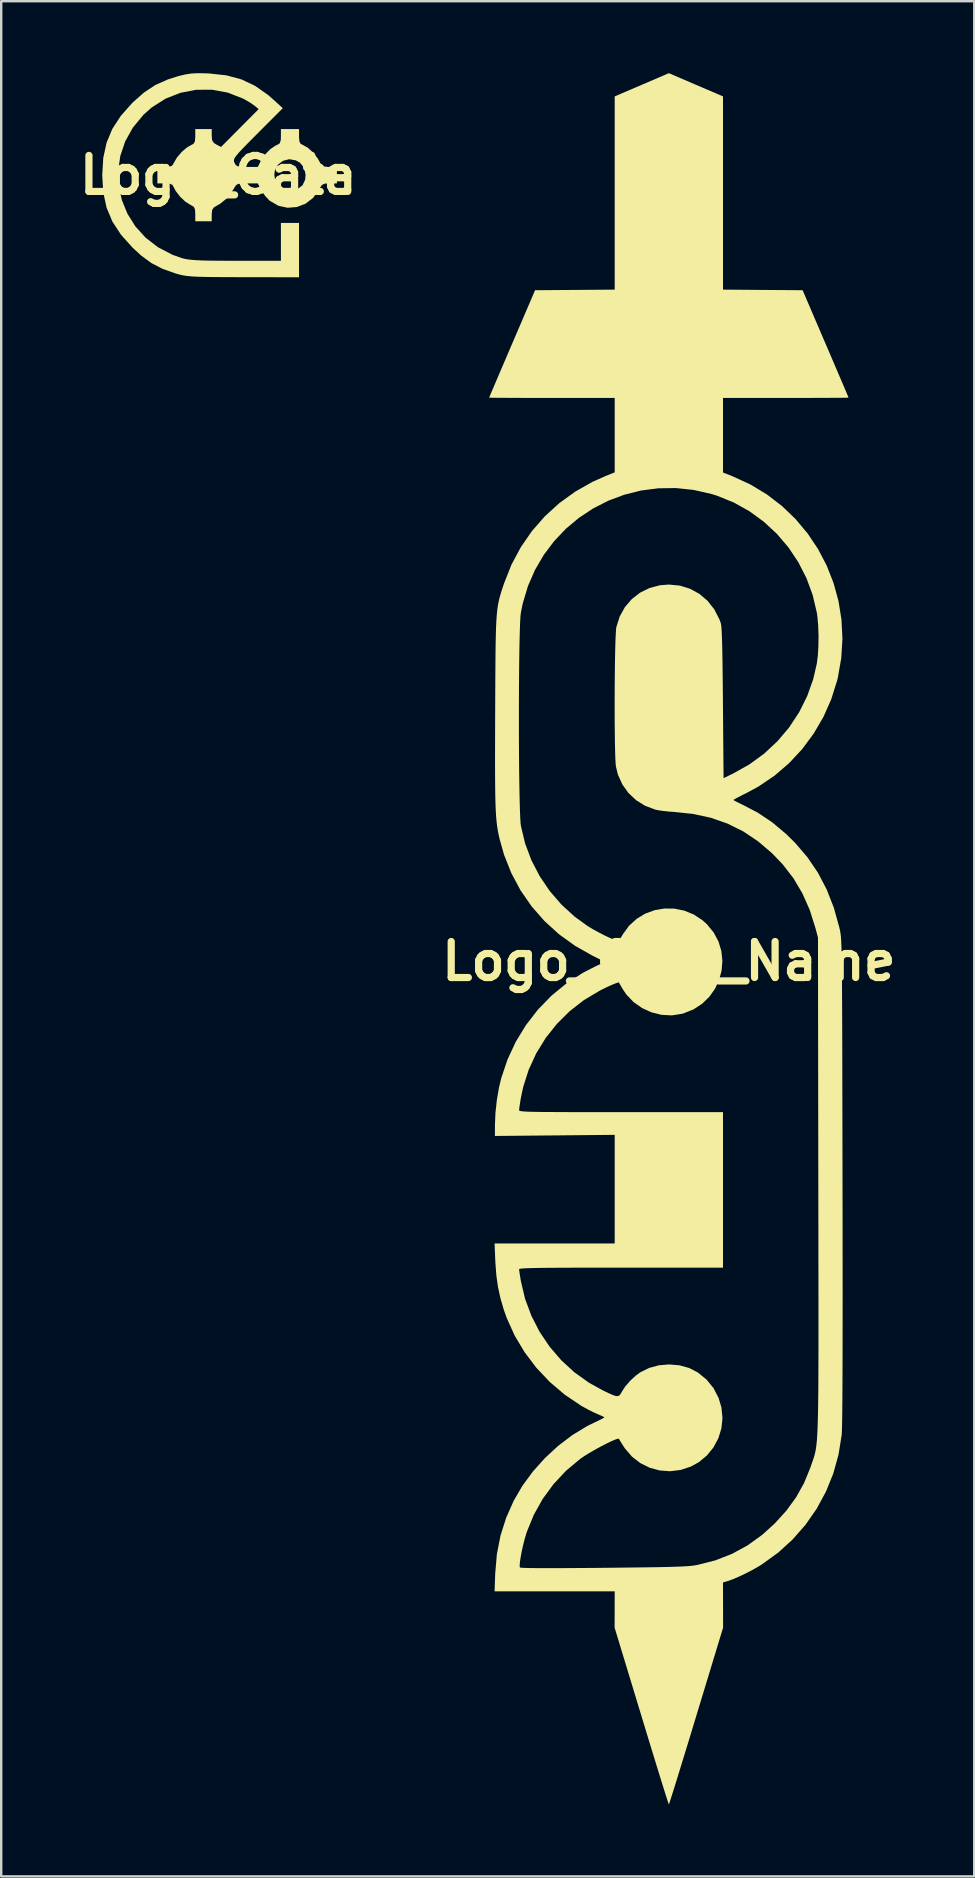
<source format=kicad_pcb>
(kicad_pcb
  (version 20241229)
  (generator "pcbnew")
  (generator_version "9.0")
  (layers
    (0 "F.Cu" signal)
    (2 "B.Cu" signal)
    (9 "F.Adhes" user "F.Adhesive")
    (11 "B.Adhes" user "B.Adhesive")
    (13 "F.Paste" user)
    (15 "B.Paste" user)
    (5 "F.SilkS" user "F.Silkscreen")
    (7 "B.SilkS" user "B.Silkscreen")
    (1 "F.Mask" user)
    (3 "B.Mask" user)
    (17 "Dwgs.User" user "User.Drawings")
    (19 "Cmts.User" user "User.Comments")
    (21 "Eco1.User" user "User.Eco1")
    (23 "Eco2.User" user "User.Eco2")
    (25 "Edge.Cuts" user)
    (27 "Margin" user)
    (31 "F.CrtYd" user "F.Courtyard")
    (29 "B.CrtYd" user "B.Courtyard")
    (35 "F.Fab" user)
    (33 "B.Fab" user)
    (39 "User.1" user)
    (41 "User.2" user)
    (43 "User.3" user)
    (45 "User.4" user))
  (footprint "Logo_Cata_Name"
    (layer "F.Cu")
    (at 24.829 37.016)
    (property "Reference" "Logo_Cata_Name" (at 0 0 0) (layer "F.SilkS") (effects (font (size 1.5 1.5) (thickness 0.3))))
    (attr board_only exclude_from_pos_files exclude_from_bom)
    (fp_poly (pts (xy 1.128 -36.532) (xy 2.257 -36.048) (xy 2.257 -32.021) (xy 2.257 -27.994) (xy 3.917 -27.981) (xy 5.576 -27.969) (xy 6.533 -25.737) (xy 6.72 -25.302) (xy 6.894 -24.894) (xy 7.053 -24.523) (xy 7.193 -24.195) (xy 7.31 -23.921) (xy 7.401 -23.707) (xy 7.462 -23.562) (xy 7.489 -23.496) (xy 7.49 -23.492) (xy 7.444 -23.49) (xy 7.31 -23.487) (xy 7.097 -23.485) (xy 6.815 -23.484) (xy 6.471 -23.482) (xy 6.075 -23.481) (xy 5.635 -23.48) (xy 5.16 -23.479) (xy 4.874 -23.479) (xy 2.257 -23.479) (xy 2.257 -21.925) (xy 2.257 -20.371) (xy 2.653 -20.215) (xy 3.398 -19.873) (xy 4.087 -19.457) (xy 4.717 -18.973) (xy 5.284 -18.428) (xy 5.786 -17.828) (xy 6.219 -17.18) (xy 6.58 -16.49) (xy 6.865 -15.764) (xy 7.072 -15.01) (xy 7.196 -14.232) (xy 7.236 -13.438) (xy 7.186 -12.634) (xy 7.045 -11.827) (xy 7.013 -11.696) (xy 6.769 -10.92) (xy 6.442 -10.181) (xy 6.035 -9.486) (xy 5.557 -8.841) (xy 5.011 -8.255) (xy 4.405 -7.734) (xy 3.743 -7.286) (xy 3.255 -7.022) (xy 3.046 -6.917) (xy 2.872 -6.827) (xy 2.749 -6.76) (xy 2.694 -6.725) (xy 2.692 -6.722) (xy 2.733 -6.693) (xy 2.841 -6.635) (xy 2.996 -6.56) (xy 3.061 -6.53) (xy 3.706 -6.193) (xy 4.311 -5.788) (xy 4.889 -5.303) (xy 5.264 -4.933) (xy 5.778 -4.332) (xy 6.217 -3.685) (xy 6.582 -2.986) (xy 6.878 -2.227) (xy 7.107 -1.403) (xy 7.12 -1.344) (xy 7.132 -1.291) (xy 7.142 -1.238) (xy 7.152 -1.181) (xy 7.161 -1.117) (xy 7.17 -1.04) (xy 7.177 -0.948) (xy 7.184 -0.836) (xy 7.19 -0.7) (xy 7.196 -0.536) (xy 7.201 -0.341) (xy 7.205 -0.109) (xy 7.209 0.162) (xy 7.213 0.478) (xy 7.216 0.841) (xy 7.219 1.256) (xy 7.221 1.726) (xy 7.224 2.257) (xy 7.226 2.852) (xy 7.228 3.514) (xy 7.23 4.249) (xy 7.231 5.059) (xy 7.233 5.949) (xy 7.235 6.924) (xy 7.237 7.986) (xy 7.239 9.14) (xy 7.239 9.171) (xy 7.241 10.481) (xy 7.242 11.697) (xy 7.243 12.82) (xy 7.244 13.852) (xy 7.243 14.795) (xy 7.242 15.651) (xy 7.241 16.421) (xy 7.239 17.107) (xy 7.236 17.71) (xy 7.233 18.233) (xy 7.229 18.677) (xy 7.225 19.043) (xy 7.219 19.334) (xy 7.214 19.552) (xy 7.207 19.697) (xy 7.203 19.748) (xy 7.073 20.564) (xy 6.854 21.353) (xy 6.548 22.108) (xy 6.162 22.821) (xy 5.698 23.487) (xy 5.161 24.1) (xy 4.555 24.652) (xy 3.884 25.137) (xy 3.769 25.209) (xy 3.512 25.357) (xy 3.224 25.507) (xy 2.933 25.646) (xy 2.667 25.76) (xy 2.458 25.835) (xy 2.257 25.895) (xy 2.259 26.836) (xy 2.261 27.777) (xy 1.142 31.461) (xy 0.968 32.034) (xy 0.802 32.58) (xy 0.645 33.092) (xy 0.5 33.562) (xy 0.37 33.985) (xy 0.256 34.353) (xy 0.16 34.659) (xy 0.084 34.896) (xy 0.032 35.059) (xy 0.004 35.139) (xy 0 35.146) (xy -0.017 35.101) (xy -0.06 34.971) (xy -0.127 34.763) (xy -0.215 34.484) (xy -0.322 34.14) (xy -0.446 33.739) (xy -0.585 33.287) (xy -0.737 32.791) (xy -0.9 32.258) (xy -1.071 31.695) (xy -1.142 31.461) (xy -2.261 27.777) (xy -2.259 27.021) (xy -2.257 26.264) (xy -4.76 26.264) (xy -7.264 26.264) (xy -7.238 25.532) (xy -7.169 24.718) (xy -7.018 23.944) (xy -6.781 23.198) (xy -6.468 22.491) (xy -6.108 21.87) (xy -5.669 21.272) (xy -5.166 20.71) (xy -4.611 20.198) (xy -4.019 19.748) (xy -3.403 19.375) (xy -3.105 19.228) (xy -2.926 19.144) (xy -2.786 19.073) (xy -2.703 19.026) (xy -2.689 19.013) (xy -2.73 18.984) (xy -2.837 18.933) (xy -2.977 18.874) (xy -3.154 18.795) (xy -3.373 18.684) (xy -3.595 18.562) (xy -3.661 18.524) (xy -4.341 18.066) (xy -4.964 17.536) (xy -5.524 16.943) (xy -6.014 16.295) (xy -6.429 15.599) (xy -6.76 14.864) (xy -6.882 14.52) (xy -7.022 14.038) (xy -7.123 13.572) (xy -7.191 13.088) (xy -7.231 12.552) (xy -7.236 12.448) (xy -7.264 11.764) (xy -4.761 11.764) (xy -2.257 11.764) (xy -2.257 9.5) (xy -2.257 7.237) (xy -4.753 7.26) (xy -7.25 7.283) (xy -7.249 6.823) (xy -7.228 6.324) (xy -7.17 5.791) (xy -7.081 5.27) (xy -6.989 4.883) (xy -6.726 4.099) (xy -6.38 3.357) (xy -5.957 2.663) (xy -5.463 2.024) (xy -4.901 1.444) (xy -4.278 0.931) (xy -3.598 0.491) (xy -3.104 0.236) (xy -2.66 0.028) (xy -3.166 -0.222) (xy -3.904 -0.639) (xy -4.578 -1.124) (xy -5.185 -1.676) (xy -5.721 -2.288) (xy -6.183 -2.956) (xy -6.568 -3.677) (xy -6.872 -4.445) (xy -7.055 -5.097) (xy -7.09 -5.252) (xy -7.121 -5.403) (xy -7.147 -5.558) (xy -7.17 -5.724) (xy -7.189 -5.907) (xy -7.205 -6.115) (xy -7.218 -6.355) (xy -7.228 -6.634) (xy -7.235 -6.958) (xy -7.24 -7.335) (xy -7.243 -7.772) (xy -7.245 -8.276) (xy -7.244 -8.854) (xy -7.242 -9.512) (xy -7.24 -10.258) (xy -7.239 -10.343) (xy -6.25 -10.343) (xy -6.25 -9.75) (xy -6.249 -9.163) (xy -6.245 -8.59) (xy -6.241 -8.041) (xy -6.234 -7.525) (xy -6.226 -7.05) (xy -6.217 -6.627) (xy -6.206 -6.264) (xy -6.194 -5.971) (xy -6.18 -5.757) (xy -6.167 -5.642) (xy -5.993 -4.914) (xy -5.73 -4.213) (xy -5.385 -3.547) (xy -4.964 -2.925) (xy -4.472 -2.356) (xy -3.916 -1.85) (xy -3.38 -1.463) (xy -3.168 -1.336) (xy -2.92 -1.2) (xy -2.665 -1.069) (xy -2.432 -0.96) (xy -2.259 -0.889) (xy -2.089 -0.829) (xy -1.921 -1.117) (xy -1.66 -1.477) (xy -1.343 -1.766) (xy -0.984 -1.984) (xy -0.593 -2.128) (xy -0.183 -2.198) (xy 0.234 -2.192) (xy 0.647 -2.108) (xy 1.043 -1.945) (xy 1.41 -1.701) (xy 1.586 -1.543) (xy 1.869 -1.197) (xy 2.07 -0.821) (xy 2.189 -0.424) (xy 2.232 -0.018) (xy 2.199 0.386) (xy 2.096 0.778) (xy 1.924 1.147) (xy 1.687 1.482) (xy 1.387 1.772) (xy 1.028 2.007) (xy 0.612 2.174) (xy 0.552 2.191) (xy 0.127 2.257) (xy -0.303 2.235) (xy -0.722 2.131) (xy -1.116 1.952) (xy -1.47 1.703) (xy -1.769 1.39) (xy -1.921 1.165) (xy -2.089 0.877) (xy -2.27 0.941) (xy -2.391 0.991) (xy -2.569 1.072) (xy -2.773 1.172) (xy -2.886 1.23) (xy -3.538 1.619) (xy -4.134 2.082) (xy -4.667 2.611) (xy -5.133 3.198) (xy -5.526 3.836) (xy -5.84 4.518) (xy -6.07 5.235) (xy -6.167 5.69) (xy -6.2 5.891) (xy -6.226 6.064) (xy -6.24 6.18) (xy -6.242 6.206) (xy -6.238 6.221) (xy -6.222 6.233) (xy -6.189 6.244) (xy -6.132 6.254) (xy -6.045 6.262) (xy -5.924 6.269) (xy -5.761 6.275) (xy -5.551 6.279) (xy -5.289 6.283) (xy -4.968 6.285) (xy -4.582 6.287) (xy -4.126 6.289) (xy -3.593 6.289) (xy -2.978 6.29) (xy -2.276 6.29) (xy -1.993 6.29) (xy 2.257 6.29) (xy 2.257 9.531) (xy 2.257 12.772) (xy -1.993 12.772) (xy -2.743 12.772) (xy -3.402 12.773) (xy -3.977 12.774) (xy -4.471 12.776) (xy -4.892 12.778) (xy -5.244 12.781) (xy -5.532 12.786) (xy -5.763 12.791) (xy -5.941 12.797) (xy -6.073 12.804) (xy -6.163 12.812) (xy -6.217 12.822) (xy -6.24 12.833) (xy -6.242 12.838) (xy -6.234 12.912) (xy -6.213 13.056) (xy -6.183 13.243) (xy -6.168 13.33) (xy -5.994 14.068) (xy -5.732 14.774) (xy -5.39 15.442) (xy -4.973 16.063) (xy -4.486 16.63) (xy -3.936 17.135) (xy -3.327 17.57) (xy -2.774 17.877) (xy -2.518 18.001) (xy -2.333 18.082) (xy -2.204 18.124) (xy -2.116 18.126) (xy -2.053 18.091) (xy -2.002 18.021) (xy -1.967 17.955) (xy -1.82 17.728) (xy -1.614 17.49) (xy -1.378 17.272) (xy -1.196 17.138) (xy -0.824 16.953) (xy -0.414 16.842) (xy 0.014 16.806) (xy 0.441 16.843) (xy 0.846 16.955) (xy 1.208 17.141) (xy 1.571 17.437) (xy 1.861 17.793) (xy 2.073 18.204) (xy 2.192 18.6) (xy 2.236 19.038) (xy 2.191 19.47) (xy 2.064 19.883) (xy 1.86 20.264) (xy 1.587 20.6) (xy 1.25 20.88) (xy 0.921 21.062) (xy 0.49 21.205) (xy 0.051 21.258) (xy -0.383 21.226) (xy -0.801 21.111) (xy -1.19 20.918) (xy -1.536 20.65) (xy -1.828 20.311) (xy -1.866 20.255) (xy -1.964 20.103) (xy -2.039 19.979) (xy -2.078 19.909) (xy -2.08 19.905) (xy -2.127 19.902) (xy -2.242 19.941) (xy -2.41 20.014) (xy -2.615 20.113) (xy -2.842 20.231) (xy -3.078 20.36) (xy -3.307 20.492) (xy -3.513 20.619) (xy -3.684 20.735) (xy -3.699 20.746) (xy -4.287 21.239) (xy -4.808 21.797) (xy -5.258 22.411) (xy -5.629 23.074) (xy -5.916 23.776) (xy -5.949 23.875) (xy -6.016 24.108) (xy -6.08 24.362) (xy -6.136 24.618) (xy -6.18 24.856) (xy -6.209 25.057) (xy -6.219 25.203) (xy -6.209 25.27) (xy -6.155 25.28) (xy -6.007 25.288) (xy -5.765 25.294) (xy -5.428 25.297) (xy -4.996 25.298) (xy -4.469 25.297) (xy -3.847 25.293) (xy -3.129 25.288) (xy -2.718 25.284) (xy -2.045 25.277) (xy -1.462 25.27) (xy -0.96 25.264) (xy -0.531 25.258) (xy -0.169 25.251) (xy 0.134 25.243) (xy 0.385 25.235) (xy 0.592 25.226) (xy 0.761 25.216) (xy 0.902 25.204) (xy 1.02 25.191) (xy 1.123 25.175) (xy 1.2 25.161) (xy 1.939 24.973) (xy 2.631 24.703) (xy 3.282 24.348) (xy 3.895 23.906) (xy 4.417 23.432) (xy 4.907 22.892) (xy 5.311 22.334) (xy 5.639 21.743) (xy 5.901 21.102) (xy 5.925 21.031) (xy 5.961 20.927) (xy 5.994 20.833) (xy 6.024 20.745) (xy 6.051 20.659) (xy 6.077 20.572) (xy 6.099 20.479) (xy 6.12 20.376) (xy 6.139 20.259) (xy 6.155 20.124) (xy 6.17 19.968) (xy 6.183 19.785) (xy 6.194 19.573) (xy 6.204 19.328) (xy 6.212 19.045) (xy 6.219 18.72) (xy 6.224 18.349) (xy 6.229 17.929) (xy 6.232 17.455) (xy 6.234 16.923) (xy 6.236 16.33) (xy 6.237 15.671) (xy 6.237 14.943) (xy 6.236 14.141) (xy 6.235 13.262) (xy 6.234 12.301) (xy 6.233 11.255) (xy 6.231 10.119) (xy 6.23 9.337) (xy 6.216 -0.984) (xy 6.108 -1.392) (xy 5.87 -2.143) (xy 5.567 -2.827) (xy 5.196 -3.454) (xy 4.75 -4.033) (xy 4.306 -4.497) (xy 3.72 -4.997) (xy 3.103 -5.41) (xy 2.448 -5.736) (xy 1.752 -5.979) (xy 1.009 -6.14) (xy 0.246 -6.22) (xy -0.005 -6.239) (xy -0.25 -6.266) (xy -0.455 -6.296) (xy -0.559 -6.318) (xy -0.984 -6.476) (xy -1.362 -6.711) (xy -1.685 -7.014) (xy -1.941 -7.373) (xy -2.123 -7.778) (xy -2.206 -8.115) (xy -2.219 -8.25) (xy -2.231 -8.467) (xy -2.24 -8.756) (xy -2.248 -9.104) (xy -2.253 -9.501) (xy -2.257 -9.935) (xy -2.259 -10.396) (xy -2.259 -10.87) (xy -2.257 -11.349) (xy -2.254 -11.819) (xy -2.249 -12.271) (xy -2.242 -12.691) (xy -2.234 -13.07) (xy -2.224 -13.396) (xy -2.212 -13.658) (xy -2.199 -13.844) (xy -2.188 -13.931) (xy -2.048 -14.37) (xy -1.832 -14.759) (xy -1.548 -15.091) (xy -1.205 -15.359) (xy -0.812 -15.554) (xy -0.379 -15.67) (xy 0 -15.701) (xy 0.461 -15.656) (xy 0.889 -15.523) (xy 1.275 -15.311) (xy 1.613 -15.023) (xy 1.893 -14.668) (xy 2.108 -14.25) (xy 2.165 -14.092) (xy 2.178 -14.029) (xy 2.191 -13.922) (xy 2.201 -13.765) (xy 2.211 -13.554) (xy 2.22 -13.282) (xy 2.228 -12.943) (xy 2.235 -12.531) (xy 2.242 -12.042) (xy 2.248 -11.468) (xy 2.254 -10.804) (xy 2.254 -10.766) (xy 2.281 -7.632) (xy 2.689 -7.829) (xy 3.359 -8.205) (xy 3.973 -8.653) (xy 4.526 -9.169) (xy 5.012 -9.743) (xy 5.426 -10.37) (xy 5.763 -11.043) (xy 6.017 -11.754) (xy 6.168 -12.407) (xy 6.21 -12.745) (xy 6.234 -13.144) (xy 6.239 -13.569) (xy 6.225 -13.987) (xy 6.193 -14.362) (xy 6.168 -14.53) (xy 5.994 -15.267) (xy 5.735 -15.97) (xy 5.396 -16.634) (xy 4.984 -17.25) (xy 4.504 -17.813) (xy 3.962 -18.316) (xy 3.365 -18.752) (xy 2.719 -19.115) (xy 2.028 -19.397) (xy 1.785 -19.474) (xy 1.037 -19.644) (xy 0.293 -19.723) (xy -0.441 -19.713) (xy -1.159 -19.62) (xy -1.854 -19.446) (xy -2.522 -19.196) (xy -3.154 -18.874) (xy -3.746 -18.483) (xy -4.291 -18.027) (xy -4.782 -17.51) (xy -5.214 -16.936) (xy -5.58 -16.309) (xy -5.875 -15.632) (xy -6.091 -14.91) (xy -6.168 -14.53) (xy -6.184 -14.392) (xy -6.197 -14.166) (xy -6.209 -13.863) (xy -6.22 -13.492) (xy -6.229 -13.061) (xy -6.236 -12.581) (xy -6.242 -12.06) (xy -6.246 -11.507) (xy -6.249 -10.931) (xy -6.25 -10.343) (xy -7.239 -10.343) (xy -7.239 -10.395) (xy -7.236 -11.133) (xy -7.233 -11.782) (xy -7.229 -12.35) (xy -7.225 -12.843) (xy -7.219 -13.269) (xy -7.211 -13.636) (xy -7.201 -13.95) (xy -7.188 -14.218) (xy -7.171 -14.448) (xy -7.151 -14.648) (xy -7.126 -14.824) (xy -7.096 -14.983) (xy -7.061 -15.133) (xy -7.02 -15.282) (xy -6.973 -15.436) (xy -6.918 -15.602) (xy -6.867 -15.754) (xy -6.56 -16.53) (xy -6.172 -17.256) (xy -5.708 -17.929) (xy -5.172 -18.542) (xy -4.569 -19.092) (xy -3.903 -19.574) (xy -3.18 -19.983) (xy -2.653 -20.218) (xy -2.257 -20.377) (xy -2.257 -21.928) (xy -2.257 -23.479) (xy -4.874 -23.479) (xy -5.365 -23.48) (xy -5.826 -23.48) (xy -6.248 -23.481) (xy -6.623 -23.483) (xy -6.942 -23.484) (xy -7.196 -23.486) (xy -7.377 -23.488) (xy -7.475 -23.491) (xy -7.49 -23.492) (xy -7.472 -23.537) (xy -7.419 -23.663) (xy -7.336 -23.859) (xy -7.225 -24.119) (xy -7.091 -24.434) (xy -6.937 -24.794) (xy -6.766 -25.193) (xy -6.583 -25.622) (xy -6.533 -25.737) (xy -5.576 -27.969) (xy -3.917 -27.981) (xy -2.257 -27.994) (xy -2.257 -32.021) (xy -2.257 -36.048) (xy -1.128 -36.532) (xy 0 -37.016)) (stroke (width 0) (type solid)) (fill yes) (layer "F.SilkS")))
  (footprint "Logo_Cata"
    (layer "F.Cu")
    (at 6.05 4.251)
    (property "Reference" "Logo_Cata" (at 0 0 0) (layer "F.SilkS") (effects (font (size 1.5 1.5) (thickness 0.3))))
    (attr board_only exclude_from_pos_files exclude_from_bom)
    (fp_poly (pts (xy -0.534 -4.245) (xy -0.378 -4.238) (xy 0.335 -4.161) (xy 0.964 -3.992) (xy 1.537 -3.72) (xy 2.083 -3.335) (xy 2.298 -3.147) (xy 2.687 -2.792) (xy 1.64 -1.743) (xy 1.296 -1.397) (xy 1.038 -1.134) (xy 0.855 -0.939) (xy 0.737 -0.798) (xy 0.671 -0.698) (xy 0.648 -0.624) (xy 0.655 -0.562) (xy 0.672 -0.519) (xy 0.727 -0.423) (xy 0.807 -0.371) (xy 0.949 -0.348) (xy 1.189 -0.343) (xy 1.198 -0.343) (xy 1.645 -0.343) (xy 1.78 -0.609) (xy 1.952 -0.865) (xy 2.174 -1.09) (xy 2.404 -1.243) (xy 2.471 -1.27) (xy 2.56 -1.327) (xy 2.601 -1.45) (xy 2.609 -1.618) (xy 2.609 -1.922) (xy 2.986 -1.922) (xy 3.364 -1.922) (xy 3.364 -1.618) (xy 3.377 -1.416) (xy 3.427 -1.311) (xy 3.501 -1.27) (xy 3.725 -1.148) (xy 3.954 -0.941) (xy 4.147 -0.69) (xy 4.192 -0.609) (xy 4.288 -0.443) (xy 4.388 -0.366) (xy 4.549 -0.344) (xy 4.635 -0.343) (xy 4.943 -0.343) (xy 4.943 0) (xy 4.943 0.343) (xy 4.635 0.343) (xy 4.438 0.353) (xy 4.322 0.406) (xy 4.231 0.535) (xy 4.192 0.609) (xy 3.95 0.948) (xy 3.635 1.19) (xy 3.272 1.329) (xy 2.887 1.359) (xy 2.506 1.276) (xy 2.153 1.074) (xy 2.127 1.053) (xy 1.955 0.87) (xy 1.801 0.648) (xy 1.78 0.609) (xy 1.645 0.343) (xy 1.202 0.343) (xy 0.96 0.347) (xy 0.817 0.368) (xy 0.732 0.424) (xy 0.665 0.529) (xy 0.646 0.566) (xy 0.4 0.93) (xy 0.074 1.194) (xy -0.017 1.244) (xy -0.183 1.343) (xy -0.257 1.451) (xy -0.274 1.623) (xy -0.275 1.649) (xy -0.275 1.922) (xy -0.618 1.922) (xy -0.961 1.922) (xy -0.961 1.622) (xy -0.972 1.427) (xy -1.022 1.319) (xy -1.139 1.248) (xy -1.167 1.236) (xy -1.375 1.104) (xy -1.593 0.897) (xy -1.774 0.663) (xy -1.856 0.507) (xy -1.917 0.403) (xy -2.024 0.355) (xy -2.222 0.343) (xy -2.229 0.343) (xy -2.54 0.343) (xy -2.54 0) (xy -2.54 -0.033) (xy 2.334 -0.033) (xy 2.374 0.259) (xy 2.503 0.466) (xy 2.662 0.579) (xy 2.902 0.672) (xy 3.125 0.655) (xy 3.297 0.583) (xy 3.512 0.418) (xy 3.619 0.19) (xy 3.638 -0.015) (xy 3.58 -0.303) (xy 3.405 -0.518) (xy 3.231 -0.616) (xy 2.958 -0.665) (xy 2.7 -0.6) (xy 2.491 -0.442) (xy 2.361 -0.213) (xy 2.334 -0.033) (xy -2.54 -0.033) (xy -2.54 -0.343) (xy -2.229 -0.343) (xy -2.028 -0.354) (xy -1.92 -0.401) (xy -1.858 -0.503) (xy -1.856 -0.507) (xy -1.73 -0.729) (xy -1.533 -0.96) (xy -1.313 -1.151) (xy -1.167 -1.236) (xy -1.037 -1.305) (xy -0.977 -1.403) (xy -0.961 -1.58) (xy -0.961 -1.622) (xy -0.961 -1.922) (xy -0.618 -1.922) (xy -0.275 -1.922) (xy -0.275 -1.649) (xy -0.258 -1.457) (xy -0.187 -1.344) (xy -0.08 -1.276) (xy 0.114 -1.176) (xy 0.898 -1.965) (xy 1.682 -2.754) (xy 1.511 -2.894) (xy 1.344 -3.011) (xy 1.123 -3.142) (xy 1.03 -3.192) (xy 0.393 -3.441) (xy -0.268 -3.562) (xy -0.933 -3.558) (xy -1.585 -3.431) (xy -2.205 -3.185) (xy -2.775 -2.823) (xy -3.123 -2.514) (xy -3.564 -1.979) (xy -3.884 -1.403) (xy -4.086 -0.799) (xy -4.174 -0.182) (xy -4.151 0.434) (xy -4.022 1.035) (xy -3.789 1.606) (xy -3.458 2.135) (xy -3.031 2.606) (xy -2.513 3.006) (xy -1.907 3.321) (xy -1.515 3.459) (xy -1.374 3.494) (xy -1.201 3.521) (xy -0.978 3.541) (xy -0.687 3.555) (xy -0.312 3.564) (xy 0.167 3.568) (xy 0.733 3.57) (xy 2.609 3.57) (xy 2.609 2.78) (xy 2.609 1.991) (xy 2.986 1.991) (xy 3.364 1.991) (xy 3.364 3.124) (xy 3.364 4.256) (xy 1.047 4.253) (xy 0.416 4.251) (xy -0.094 4.248) (xy -0.501 4.243) (xy -0.822 4.235) (xy -1.072 4.223) (xy -1.271 4.206) (xy -1.433 4.183) (xy -1.577 4.153) (xy -1.718 4.115) (xy -1.785 4.096) (xy -2.324 3.905) (xy -2.784 3.667) (xy -3.212 3.355) (xy -3.574 3.022) (xy -4.057 2.482) (xy -4.415 1.935) (xy -4.657 1.357) (xy -4.795 0.722) (xy -4.839 0.006) (xy -4.839 0) (xy -4.796 -0.716) (xy -4.659 -1.351) (xy -4.418 -1.929) (xy -4.062 -2.475) (xy -3.581 -3.016) (xy -3.574 -3.023) (xy -3.104 -3.441) (xy -2.628 -3.756) (xy -2.098 -3.992) (xy -1.68 -4.124) (xy -1.396 -4.194) (xy -1.143 -4.235) (xy -0.873 -4.251)) (stroke (width 0) (type solid)) (fill yes) (layer "F.SilkS")))
  (gr_rect
    (start -3 -3)
    (end 37.557 75.162)
    (stroke (width 0.1) (type default))
    (fill no)
    (layer "Edge.Cuts")))
</source>
